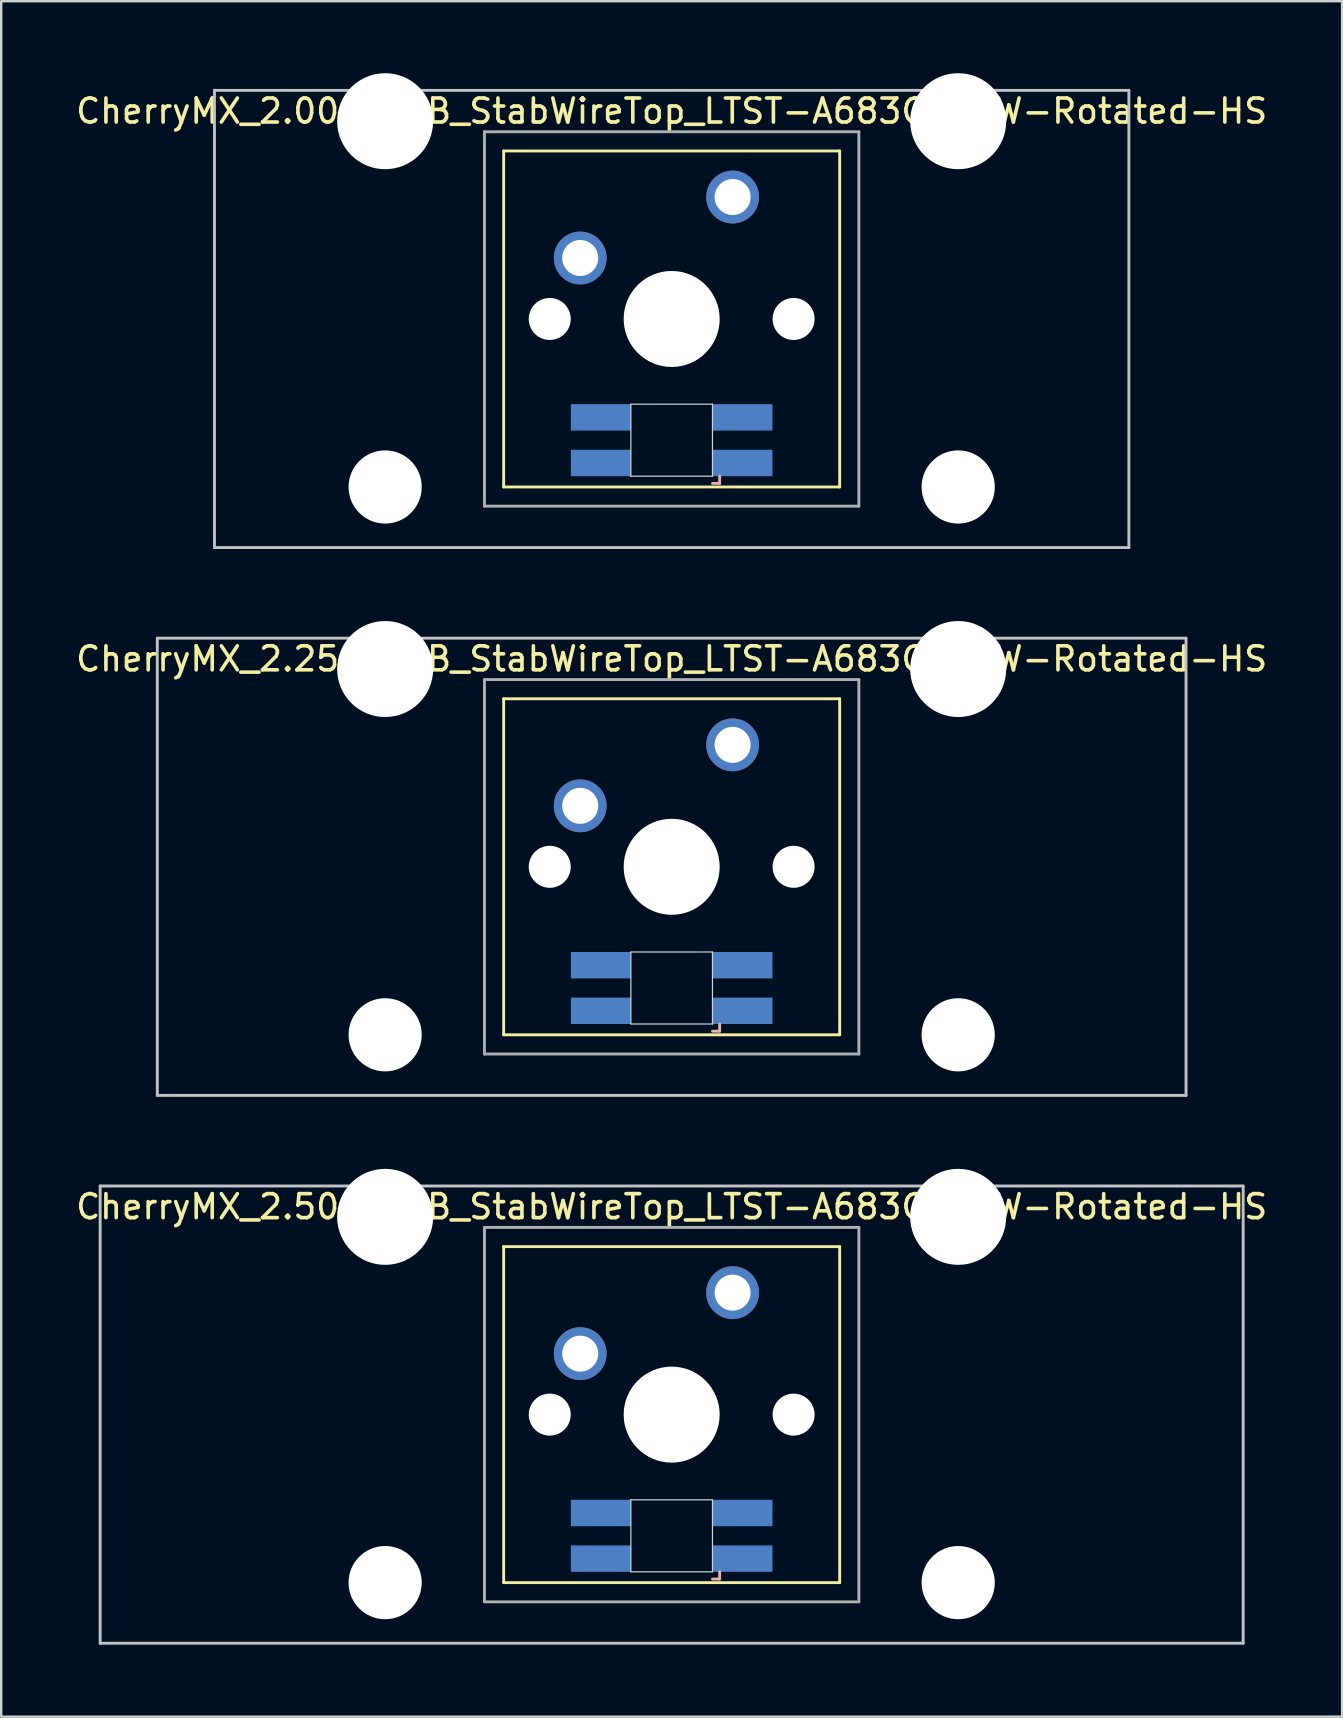
<source format=kicad_pcb>
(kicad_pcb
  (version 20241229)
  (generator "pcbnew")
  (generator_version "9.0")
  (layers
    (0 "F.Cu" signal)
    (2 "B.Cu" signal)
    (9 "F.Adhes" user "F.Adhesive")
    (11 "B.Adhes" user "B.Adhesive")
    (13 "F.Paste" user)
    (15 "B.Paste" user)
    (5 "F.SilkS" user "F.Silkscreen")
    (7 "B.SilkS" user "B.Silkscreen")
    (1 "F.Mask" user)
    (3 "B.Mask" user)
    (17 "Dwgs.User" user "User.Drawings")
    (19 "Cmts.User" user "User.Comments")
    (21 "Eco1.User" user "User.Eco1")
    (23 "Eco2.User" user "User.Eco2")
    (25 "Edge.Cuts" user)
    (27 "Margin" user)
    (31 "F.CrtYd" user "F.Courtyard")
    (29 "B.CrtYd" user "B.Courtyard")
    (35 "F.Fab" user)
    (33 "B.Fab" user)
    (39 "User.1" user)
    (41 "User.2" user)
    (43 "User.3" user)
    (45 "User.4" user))
  (footprint "CherryMX_2.00u_PCB_StabWireTop_LTST-A683CEGBW-Rotated-HS"
    (layer "F.Cu")
    (at 24.935 10.24)
    (property "Reference" "CherryMX_2.00u_PCB_StabWireTop_LTST-A683CEGBW-Rotated-HS" (at 0 -8.662 0) (layer "F.SilkS") (effects (font (size 1 1) (thickness 0.15))))
    (attr through_hole)
    (fp_line (start -7 -7) (end -7 7) (stroke (width 0.12) (type solid)) (layer "F.SilkS"))
    (fp_line (start -7 -7) (end 7 -7) (stroke (width 0.12) (type solid)) (layer "F.SilkS"))
    (fp_line (start 7 -7) (end 7 7) (stroke (width 0.12) (type solid)) (layer "F.SilkS"))
    (fp_line (start 7 7) (end -7 7) (stroke (width 0.12) (type solid)) (layer "F.SilkS"))
    (fp_line (start 1.7 6.85) (end 2 6.85) (stroke (width 0.12) (type solid)) (layer "B.SilkS"))
    (fp_line (start 2 6.85) (end 2 6.55) (stroke (width 0.12) (type solid)) (layer "B.SilkS"))
    (fp_line (start -19.05 -9.525) (end 19.05 -9.525) (stroke (width 0.12) (type solid)) (layer "Dwgs.User"))
    (fp_line (start -19.05 9.525) (end -19.05 -9.525) (stroke (width 0.12) (type solid)) (layer "Dwgs.User"))
    (fp_line (start 19.05 -9.525) (end 19.05 9.525) (stroke (width 0.12) (type solid)) (layer "Dwgs.User"))
    (fp_line (start 19.05 9.525) (end -19.05 9.525) (stroke (width 0.12) (type solid)) (layer "Dwgs.User"))
    (fp_line (start -1.7 3.55) (end 1.7 3.55) (stroke (width 0.05) (type solid)) (layer "Edge.Cuts"))
    (fp_line (start -1.7 6.55) (end -1.7 3.55) (stroke (width 0.05) (type solid)) (layer "Edge.Cuts"))
    (fp_line (start 1.7 3.55) (end 1.7 6.55) (stroke (width 0.05) (type solid)) (layer "Edge.Cuts"))
    (fp_line (start 1.7 6.55) (end -1.7 6.55) (stroke (width 0.05) (type solid)) (layer "Edge.Cuts"))
    (fp_line (start -7.8 -7.8) (end -7.8 7.8) (stroke (width 0.12) (type solid)) (layer "F.Fab"))
    (fp_line (start -7.8 -7.8) (end 7.8 -7.8) (stroke (width 0.12) (type solid)) (layer "F.Fab"))
    (fp_line (start -7.8 7.8) (end 7.8 7.8) (stroke (width 0.12) (type solid)) (layer "F.Fab"))
    (fp_line (start 7.8 -7.8) (end 7.8 7.8) (stroke (width 0.12) (type solid)) (layer "F.Fab"))
    (pad "" np_thru_hole circle (at -11.938 -8.24) (size 4 4) (drill 4) (layers "*.Cu" "*.Mask"))
    (pad "" np_thru_hole circle (at -11.938 7) (size 3.05 3.05) (drill 3.05) (layers "*.Cu" "*.Mask"))
    (pad "" np_thru_hole circle (at -5.08 0) (size 1.75 1.75) (drill 1.75) (layers "*.Cu" "*.Mask"))
    (pad "" np_thru_hole circle (at 0 0) (size 4 4) (drill 4) (layers "*.Cu" "*.Mask"))
    (pad "" np_thru_hole circle (at 5.08 0) (size 1.75 1.75) (drill 1.75) (layers "*.Cu" "*.Mask"))
    (pad "" np_thru_hole circle (at 11.938 -8.24) (size 4 4) (drill 4) (layers "*.Cu" "*.Mask"))
    (pad "" np_thru_hole circle (at 11.938 7) (size 3.05 3.05) (drill 3.05) (layers "*.Cu" "*.Mask"))
    (pad "1" thru_hole circle (at -3.81 -2.54) (size 2.2 2.2) (drill 1.5) (layers "*.Cu" "*.Mask"))
    (pad "2" thru_hole circle (at 2.54 -5.08) (size 2.2 2.2) (drill 1.5) (layers "*.Cu" "*.Mask"))
    (pad "3" smd rect (at 2.95 6) (size 2.5 1.1) (layers "B.Cu" "B.Mask" "B.Paste"))
    (pad "4" smd rect (at 2.95 4.1) (size 2.5 1.1) (layers "B.Cu" "B.Mask" "B.Paste"))
    (pad "5" smd rect (at -2.95 6) (size 2.5 1.1) (layers "B.Cu" "B.Mask" "B.Paste"))
    (pad "6" smd rect (at -2.95 4.1) (size 2.5 1.1) (layers "B.Cu" "B.Mask" "B.Paste")))
  (footprint "CherryMX_2.50u_PCB_StabWireTop_LTST-A683CEGBW-Rotated-HS"
    (layer "F.Cu")
    (at 24.935 55.89)
    (property "Reference" "CherryMX_2.50u_PCB_StabWireTop_LTST-A683CEGBW-Rotated-HS" (at 0 -8.662 0) (layer "F.SilkS") (effects (font (size 1 1) (thickness 0.15))))
    (attr through_hole)
    (fp_line (start -7 -7) (end -7 7) (stroke (width 0.12) (type solid)) (layer "F.SilkS"))
    (fp_line (start -7 -7) (end 7 -7) (stroke (width 0.12) (type solid)) (layer "F.SilkS"))
    (fp_line (start 7 -7) (end 7 7) (stroke (width 0.12) (type solid)) (layer "F.SilkS"))
    (fp_line (start 7 7) (end -7 7) (stroke (width 0.12) (type solid)) (layer "F.SilkS"))
    (fp_line (start 1.7 6.85) (end 2 6.85) (stroke (width 0.12) (type solid)) (layer "B.SilkS"))
    (fp_line (start 2 6.85) (end 2 6.55) (stroke (width 0.12) (type solid)) (layer "B.SilkS"))
    (fp_line (start -23.812 -9.525) (end 23.812 -9.525) (stroke (width 0.12) (type solid)) (layer "Dwgs.User"))
    (fp_line (start -23.812 9.525) (end -23.812 -9.525) (stroke (width 0.12) (type solid)) (layer "Dwgs.User"))
    (fp_line (start 23.812 -9.525) (end 23.812 9.525) (stroke (width 0.12) (type solid)) (layer "Dwgs.User"))
    (fp_line (start 23.812 9.525) (end -23.812 9.525) (stroke (width 0.12) (type solid)) (layer "Dwgs.User"))
    (fp_line (start -1.7 3.55) (end 1.7 3.55) (stroke (width 0.05) (type solid)) (layer "Edge.Cuts"))
    (fp_line (start -1.7 6.55) (end -1.7 3.55) (stroke (width 0.05) (type solid)) (layer "Edge.Cuts"))
    (fp_line (start 1.7 3.55) (end 1.7 6.55) (stroke (width 0.05) (type solid)) (layer "Edge.Cuts"))
    (fp_line (start 1.7 6.55) (end -1.7 6.55) (stroke (width 0.05) (type solid)) (layer "Edge.Cuts"))
    (fp_line (start -7.8 -7.8) (end -7.8 7.8) (stroke (width 0.12) (type solid)) (layer "F.Fab"))
    (fp_line (start -7.8 -7.8) (end 7.8 -7.8) (stroke (width 0.12) (type solid)) (layer "F.Fab"))
    (fp_line (start -7.8 7.8) (end 7.8 7.8) (stroke (width 0.12) (type solid)) (layer "F.Fab"))
    (fp_line (start 7.8 -7.8) (end 7.8 7.8) (stroke (width 0.12) (type solid)) (layer "F.Fab"))
    (pad "" np_thru_hole circle (at -11.938 -8.24) (size 4 4) (drill 4) (layers "*.Cu" "*.Mask"))
    (pad "" np_thru_hole circle (at -11.938 7) (size 3.05 3.05) (drill 3.05) (layers "*.Cu" "*.Mask"))
    (pad "" np_thru_hole circle (at -5.08 0) (size 1.75 1.75) (drill 1.75) (layers "*.Cu" "*.Mask"))
    (pad "" np_thru_hole circle (at 0 0) (size 4 4) (drill 4) (layers "*.Cu" "*.Mask"))
    (pad "" np_thru_hole circle (at 5.08 0) (size 1.75 1.75) (drill 1.75) (layers "*.Cu" "*.Mask"))
    (pad "" np_thru_hole circle (at 11.938 -8.24) (size 4 4) (drill 4) (layers "*.Cu" "*.Mask"))
    (pad "" np_thru_hole circle (at 11.938 7) (size 3.05 3.05) (drill 3.05) (layers "*.Cu" "*.Mask"))
    (pad "1" thru_hole circle (at -3.81 -2.54) (size 2.2 2.2) (drill 1.5) (layers "*.Cu" "*.Mask"))
    (pad "2" thru_hole circle (at 2.54 -5.08) (size 2.2 2.2) (drill 1.5) (layers "*.Cu" "*.Mask"))
    (pad "3" smd rect (at 2.95 6) (size 2.5 1.1) (layers "B.Cu" "B.Mask" "B.Paste"))
    (pad "4" smd rect (at 2.95 4.1) (size 2.5 1.1) (layers "B.Cu" "B.Mask" "B.Paste"))
    (pad "5" smd rect (at -2.95 6) (size 2.5 1.1) (layers "B.Cu" "B.Mask" "B.Paste"))
    (pad "6" smd rect (at -2.95 4.1) (size 2.5 1.1) (layers "B.Cu" "B.Mask" "B.Paste")))
  (footprint "CherryMX_2.25u_PCB_StabWireTop_LTST-A683CEGBW-Rotated-HS"
    (layer "F.Cu")
    (at 24.935 33.065)
    (property "Reference" "CherryMX_2.25u_PCB_StabWireTop_LTST-A683CEGBW-Rotated-HS" (at 0 -8.662 0) (layer "F.SilkS") (effects (font (size 1 1) (thickness 0.15))))
    (attr through_hole)
    (fp_line (start -7 -7) (end -7 7) (stroke (width 0.12) (type solid)) (layer "F.SilkS"))
    (fp_line (start -7 -7) (end 7 -7) (stroke (width 0.12) (type solid)) (layer "F.SilkS"))
    (fp_line (start 7 -7) (end 7 7) (stroke (width 0.12) (type solid)) (layer "F.SilkS"))
    (fp_line (start 7 7) (end -7 7) (stroke (width 0.12) (type solid)) (layer "F.SilkS"))
    (fp_line (start 1.7 6.85) (end 2 6.85) (stroke (width 0.12) (type solid)) (layer "B.SilkS"))
    (fp_line (start 2 6.85) (end 2 6.55) (stroke (width 0.12) (type solid)) (layer "B.SilkS"))
    (fp_line (start -21.431 -9.525) (end 21.431 -9.525) (stroke (width 0.12) (type solid)) (layer "Dwgs.User"))
    (fp_line (start -21.431 9.525) (end -21.431 -9.525) (stroke (width 0.12) (type solid)) (layer "Dwgs.User"))
    (fp_line (start 21.431 -9.525) (end 21.431 9.525) (stroke (width 0.12) (type solid)) (layer "Dwgs.User"))
    (fp_line (start 21.431 9.525) (end -21.431 9.525) (stroke (width 0.12) (type solid)) (layer "Dwgs.User"))
    (fp_line (start -1.7 3.55) (end 1.7 3.55) (stroke (width 0.05) (type solid)) (layer "Edge.Cuts"))
    (fp_line (start -1.7 6.55) (end -1.7 3.55) (stroke (width 0.05) (type solid)) (layer "Edge.Cuts"))
    (fp_line (start 1.7 3.55) (end 1.7 6.55) (stroke (width 0.05) (type solid)) (layer "Edge.Cuts"))
    (fp_line (start 1.7 6.55) (end -1.7 6.55) (stroke (width 0.05) (type solid)) (layer "Edge.Cuts"))
    (fp_line (start -7.8 -7.8) (end -7.8 7.8) (stroke (width 0.12) (type solid)) (layer "F.Fab"))
    (fp_line (start -7.8 -7.8) (end 7.8 -7.8) (stroke (width 0.12) (type solid)) (layer "F.Fab"))
    (fp_line (start -7.8 7.8) (end 7.8 7.8) (stroke (width 0.12) (type solid)) (layer "F.Fab"))
    (fp_line (start 7.8 -7.8) (end 7.8 7.8) (stroke (width 0.12) (type solid)) (layer "F.Fab"))
    (pad "" np_thru_hole circle (at -11.938 -8.24) (size 4 4) (drill 4) (layers "*.Cu" "*.Mask"))
    (pad "" np_thru_hole circle (at -11.938 7) (size 3.05 3.05) (drill 3.05) (layers "*.Cu" "*.Mask"))
    (pad "" np_thru_hole circle (at -5.08 0) (size 1.75 1.75) (drill 1.75) (layers "*.Cu" "*.Mask"))
    (pad "" np_thru_hole circle (at 0 0) (size 4 4) (drill 4) (layers "*.Cu" "*.Mask"))
    (pad "" np_thru_hole circle (at 5.08 0) (size 1.75 1.75) (drill 1.75) (layers "*.Cu" "*.Mask"))
    (pad "" np_thru_hole circle (at 11.938 -8.24) (size 4 4) (drill 4) (layers "*.Cu" "*.Mask"))
    (pad "" np_thru_hole circle (at 11.938 7) (size 3.05 3.05) (drill 3.05) (layers "*.Cu" "*.Mask"))
    (pad "1" thru_hole circle (at -3.81 -2.54) (size 2.2 2.2) (drill 1.5) (layers "*.Cu" "*.Mask"))
    (pad "2" thru_hole circle (at 2.54 -5.08) (size 2.2 2.2) (drill 1.5) (layers "*.Cu" "*.Mask"))
    (pad "3" smd rect (at 2.95 6) (size 2.5 1.1) (layers "B.Cu" "B.Mask" "B.Paste"))
    (pad "4" smd rect (at 2.95 4.1) (size 2.5 1.1) (layers "B.Cu" "B.Mask" "B.Paste"))
    (pad "5" smd rect (at -2.95 6) (size 2.5 1.1) (layers "B.Cu" "B.Mask" "B.Paste"))
    (pad "6" smd rect (at -2.95 4.1) (size 2.5 1.1) (layers "B.Cu" "B.Mask" "B.Paste")))
  (gr_rect
    (start -3 -3)
    (end 52.869 68.475)
    (stroke (width 0.1) (type default))
    (fill no)
    (layer "Edge.Cuts")))
</source>
